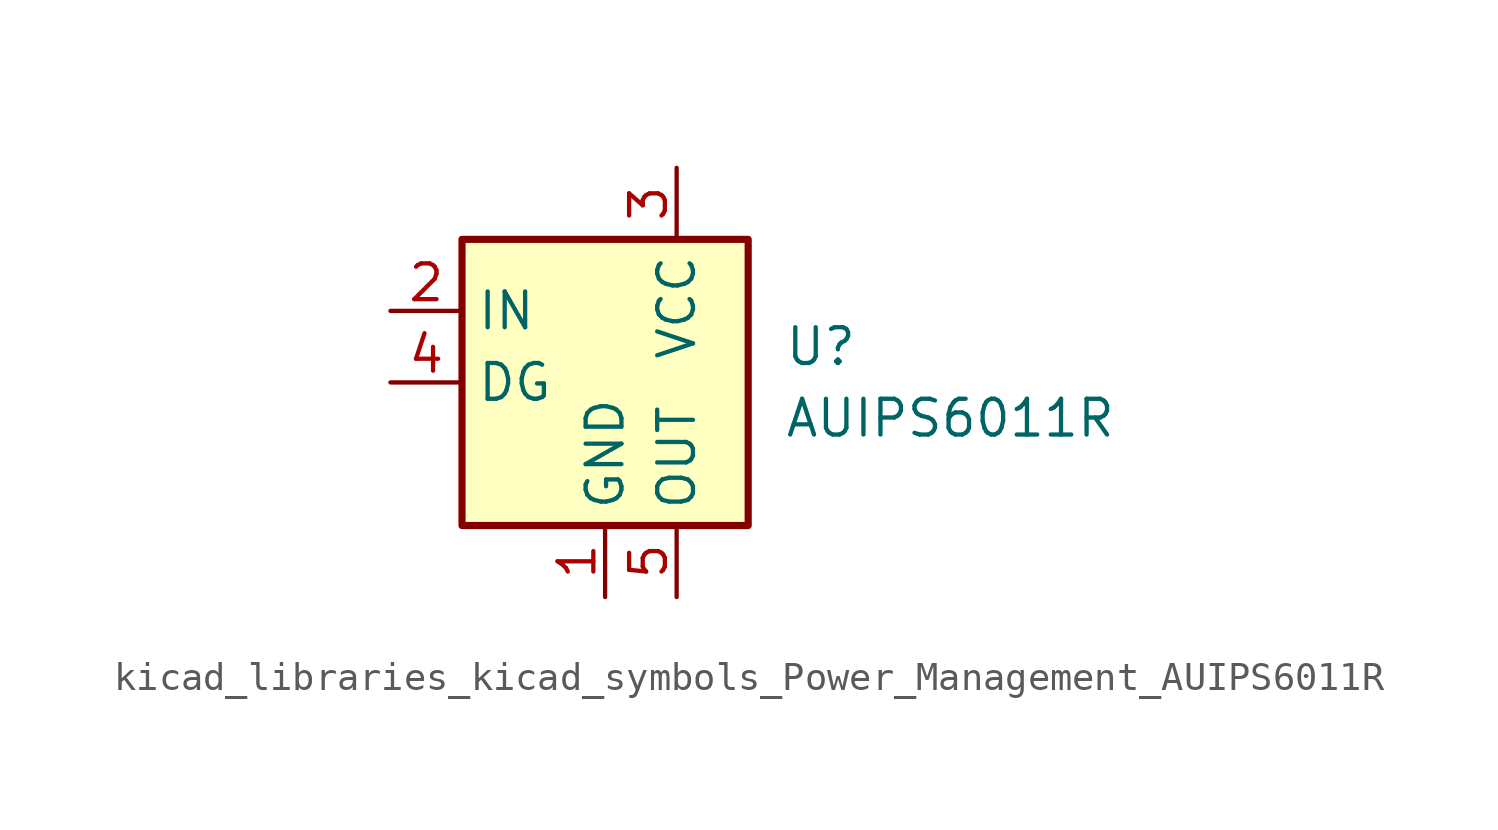
<source format=kicad_sym>
(kicad_symbol_lib
  (version 20220914)
  (generator kicad_symbol_editor)
  (symbol "kicad_libraries_kicad_symbols_Power_Management_AUIPS6011R"
    (property "Reference" "U"
      (at 3.81 1.27 0)
      (effects (font (size 1.27 1.27)) (justify left)))
    (property "Value" "AUIPS6011R"
      (at 3.81 -1.27 0)
      (effects (font (size 1.27 1.27)) (justify left)))
    (symbol "kicad_libraries_kicad_symbols_Power_Management_AUIPS6011R_0_1"
      (rectangle (start -7.62 5.08) (end 2.54 -5.08) (stroke (width 0.254) (type default)) (fill (type background))))
    (symbol "kicad_libraries_kicad_symbols_Power_Management_AUIPS6011R_1_1"
      (pin power_in line (at -2.54 -7.62 90) (length 2.54) (name "GND" (effects (font (size 1.27 1.27)))) (number "1" (effects (font (size 1.27 1.27)))))
      (pin input line (at -10.16 2.54 0) (length 2.54) (name "IN" (effects (font (size 1.27 1.27)))) (number "2" (effects (font (size 1.27 1.27)))))
      (pin power_in line (at 0 7.62 270) (length 2.54) (name "VCC" (effects (font (size 1.27 1.27)))) (number "3" (effects (font (size 1.27 1.27)))))
      (pin open_collector line (at -10.16 0 0) (length 2.54) (name "DG" (effects (font (size 1.27 1.27)))) (number "4" (effects (font (size 1.27 1.27)))))
      (pin power_out line (at 0 -7.62 90) (length 2.54) (name "OUT" (effects (font (size 1.27 1.27)))) (number "5" (effects (font (size 1.27 1.27))))))))
</source>
